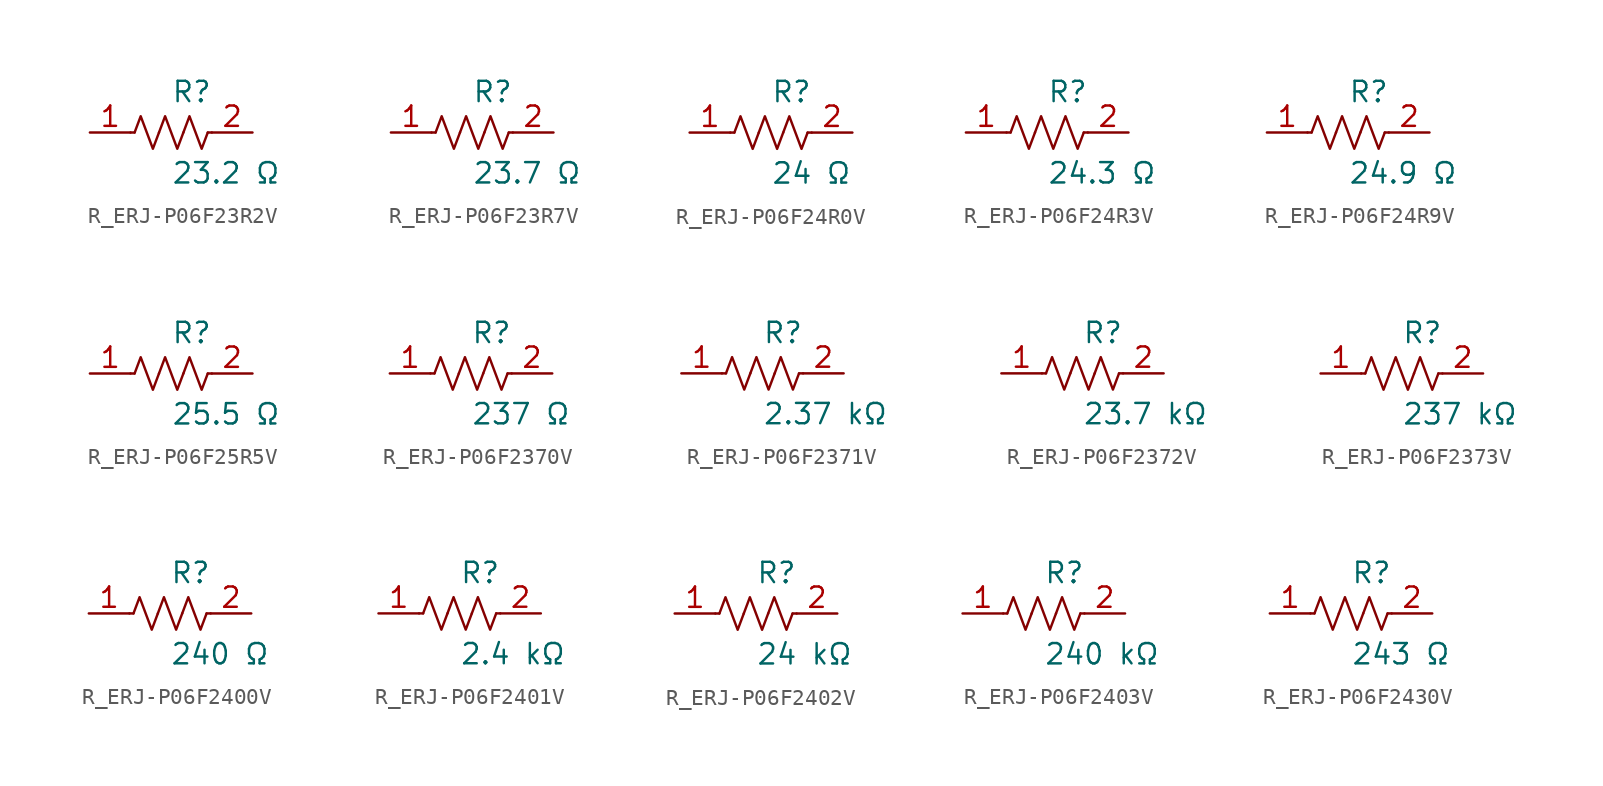
<source format=kicad_sym>
(kicad_symbol_lib
  (version 20231120)
  (generator kicad_symbol_editor)
  (generator_version 8.0)
  (symbol "R_ERJ-P06F23R2V"
    (pin_names
      (offset 0.254))
    (property "Reference" "R"
      (at 0 2.54 0)
      (effects (font (size 1.27 1.27)) (justify left)))
    (property "Value" "23.2 Ω"
      (at 0 -2.54 0)
      (effects (font (size 1.27 1.27)) (justify left)))
    (symbol "R_ERJ-P06F23R2V_0_1"
      (polyline (pts (xy 2.286 0) (xy 2.54 0)) (stroke (width 0) (type default)) (fill (type none)))
      (polyline (pts (xy -2.286 0) (xy -2.54 0)) (stroke (width 0) (type default)) (fill (type none)))
      (polyline (pts (xy 0.762 0) (xy 1.143 1.016) (xy 1.524 0) (xy 1.905 -1.016) (xy 2.286 0)) (stroke (width 0) (type default)) (fill (type none)))
      (polyline (pts (xy -0.762 0) (xy -0.381 1.016) (xy 0 0) (xy 0.381 -1.016) (xy 0.762 0)) (stroke (width 0) (type default)) (fill (type none)))
      (polyline (pts (xy -2.286 0) (xy -1.905 1.016) (xy -1.524 0) (xy -1.143 -1.016) (xy -0.762 0)) (stroke (width 0) (type default)) (fill (type none))))
    (pin passive line
      (at -5.08 0 0)
      (length 2.54)
      (name "" (effects (font (size 1.27 1.27))))
      (number "1" (effects (font (size 1.27 1.27)))))
    (pin passive line
      (at 5.08 0 180)
      (length 2.54)
      (name "" (effects (font (size 1.27 1.27))))
      (number "2" (effects (font (size 1.27 1.27))))))
  (symbol "R_ERJ-P06F23R7V"
    (pin_names
      (offset 0.254))
    (property "Reference" "R"
      (at 0 2.54 0)
      (effects (font (size 1.27 1.27)) (justify left)))
    (property "Value" "23.7 Ω"
      (at 0 -2.54 0)
      (effects (font (size 1.27 1.27)) (justify left)))
    (symbol "R_ERJ-P06F23R7V_0_1"
      (polyline (pts (xy 2.286 0) (xy 2.54 0)) (stroke (width 0) (type default)) (fill (type none)))
      (polyline (pts (xy -2.286 0) (xy -2.54 0)) (stroke (width 0) (type default)) (fill (type none)))
      (polyline (pts (xy 0.762 0) (xy 1.143 1.016) (xy 1.524 0) (xy 1.905 -1.016) (xy 2.286 0)) (stroke (width 0) (type default)) (fill (type none)))
      (polyline (pts (xy -0.762 0) (xy -0.381 1.016) (xy 0 0) (xy 0.381 -1.016) (xy 0.762 0)) (stroke (width 0) (type default)) (fill (type none)))
      (polyline (pts (xy -2.286 0) (xy -1.905 1.016) (xy -1.524 0) (xy -1.143 -1.016) (xy -0.762 0)) (stroke (width 0) (type default)) (fill (type none))))
    (pin passive line
      (at -5.08 0 0)
      (length 2.54)
      (name "" (effects (font (size 1.27 1.27))))
      (number "1" (effects (font (size 1.27 1.27)))))
    (pin passive line
      (at 5.08 0 180)
      (length 2.54)
      (name "" (effects (font (size 1.27 1.27))))
      (number "2" (effects (font (size 1.27 1.27))))))
  (symbol "R_ERJ-P06F24R0V"
    (pin_names
      (offset 0.254))
    (property "Reference" "R"
      (at 0 2.54 0)
      (effects (font (size 1.27 1.27)) (justify left)))
    (property "Value" "24 Ω"
      (at 0 -2.54 0)
      (effects (font (size 1.27 1.27)) (justify left)))
    (symbol "R_ERJ-P06F24R0V_0_1"
      (polyline (pts (xy 2.286 0) (xy 2.54 0)) (stroke (width 0) (type default)) (fill (type none)))
      (polyline (pts (xy -2.286 0) (xy -2.54 0)) (stroke (width 0) (type default)) (fill (type none)))
      (polyline (pts (xy 0.762 0) (xy 1.143 1.016) (xy 1.524 0) (xy 1.905 -1.016) (xy 2.286 0)) (stroke (width 0) (type default)) (fill (type none)))
      (polyline (pts (xy -0.762 0) (xy -0.381 1.016) (xy 0 0) (xy 0.381 -1.016) (xy 0.762 0)) (stroke (width 0) (type default)) (fill (type none)))
      (polyline (pts (xy -2.286 0) (xy -1.905 1.016) (xy -1.524 0) (xy -1.143 -1.016) (xy -0.762 0)) (stroke (width 0) (type default)) (fill (type none))))
    (pin passive line
      (at -5.08 0 0)
      (length 2.54)
      (name "" (effects (font (size 1.27 1.27))))
      (number "1" (effects (font (size 1.27 1.27)))))
    (pin passive line
      (at 5.08 0 180)
      (length 2.54)
      (name "" (effects (font (size 1.27 1.27))))
      (number "2" (effects (font (size 1.27 1.27))))))
  (symbol "R_ERJ-P06F24R3V"
    (pin_names
      (offset 0.254))
    (property "Reference" "R"
      (at 0 2.54 0)
      (effects (font (size 1.27 1.27)) (justify left)))
    (property "Value" "24.3 Ω"
      (at 0 -2.54 0)
      (effects (font (size 1.27 1.27)) (justify left)))
    (symbol "R_ERJ-P06F24R3V_0_1"
      (polyline (pts (xy 2.286 0) (xy 2.54 0)) (stroke (width 0) (type default)) (fill (type none)))
      (polyline (pts (xy -2.286 0) (xy -2.54 0)) (stroke (width 0) (type default)) (fill (type none)))
      (polyline (pts (xy 0.762 0) (xy 1.143 1.016) (xy 1.524 0) (xy 1.905 -1.016) (xy 2.286 0)) (stroke (width 0) (type default)) (fill (type none)))
      (polyline (pts (xy -0.762 0) (xy -0.381 1.016) (xy 0 0) (xy 0.381 -1.016) (xy 0.762 0)) (stroke (width 0) (type default)) (fill (type none)))
      (polyline (pts (xy -2.286 0) (xy -1.905 1.016) (xy -1.524 0) (xy -1.143 -1.016) (xy -0.762 0)) (stroke (width 0) (type default)) (fill (type none))))
    (pin passive line
      (at -5.08 0 0)
      (length 2.54)
      (name "" (effects (font (size 1.27 1.27))))
      (number "1" (effects (font (size 1.27 1.27)))))
    (pin passive line
      (at 5.08 0 180)
      (length 2.54)
      (name "" (effects (font (size 1.27 1.27))))
      (number "2" (effects (font (size 1.27 1.27))))))
  (symbol "R_ERJ-P06F24R9V"
    (pin_names
      (offset 0.254))
    (property "Reference" "R"
      (at 0 2.54 0)
      (effects (font (size 1.27 1.27)) (justify left)))
    (property "Value" "24.9 Ω"
      (at 0 -2.54 0)
      (effects (font (size 1.27 1.27)) (justify left)))
    (symbol "R_ERJ-P06F24R9V_0_1"
      (polyline (pts (xy 2.286 0) (xy 2.54 0)) (stroke (width 0) (type default)) (fill (type none)))
      (polyline (pts (xy -2.286 0) (xy -2.54 0)) (stroke (width 0) (type default)) (fill (type none)))
      (polyline (pts (xy 0.762 0) (xy 1.143 1.016) (xy 1.524 0) (xy 1.905 -1.016) (xy 2.286 0)) (stroke (width 0) (type default)) (fill (type none)))
      (polyline (pts (xy -0.762 0) (xy -0.381 1.016) (xy 0 0) (xy 0.381 -1.016) (xy 0.762 0)) (stroke (width 0) (type default)) (fill (type none)))
      (polyline (pts (xy -2.286 0) (xy -1.905 1.016) (xy -1.524 0) (xy -1.143 -1.016) (xy -0.762 0)) (stroke (width 0) (type default)) (fill (type none))))
    (pin passive line
      (at -5.08 0 0)
      (length 2.54)
      (name "" (effects (font (size 1.27 1.27))))
      (number "1" (effects (font (size 1.27 1.27)))))
    (pin passive line
      (at 5.08 0 180)
      (length 2.54)
      (name "" (effects (font (size 1.27 1.27))))
      (number "2" (effects (font (size 1.27 1.27))))))
  (symbol "R_ERJ-P06F25R5V"
    (pin_names
      (offset 0.254))
    (property "Reference" "R"
      (at 0 2.54 0)
      (effects (font (size 1.27 1.27)) (justify left)))
    (property "Value" "25.5 Ω"
      (at 0 -2.54 0)
      (effects (font (size 1.27 1.27)) (justify left)))
    (symbol "R_ERJ-P06F25R5V_0_1"
      (polyline (pts (xy 2.286 0) (xy 2.54 0)) (stroke (width 0) (type default)) (fill (type none)))
      (polyline (pts (xy -2.286 0) (xy -2.54 0)) (stroke (width 0) (type default)) (fill (type none)))
      (polyline (pts (xy 0.762 0) (xy 1.143 1.016) (xy 1.524 0) (xy 1.905 -1.016) (xy 2.286 0)) (stroke (width 0) (type default)) (fill (type none)))
      (polyline (pts (xy -0.762 0) (xy -0.381 1.016) (xy 0 0) (xy 0.381 -1.016) (xy 0.762 0)) (stroke (width 0) (type default)) (fill (type none)))
      (polyline (pts (xy -2.286 0) (xy -1.905 1.016) (xy -1.524 0) (xy -1.143 -1.016) (xy -0.762 0)) (stroke (width 0) (type default)) (fill (type none))))
    (pin passive line
      (at -5.08 0 0)
      (length 2.54)
      (name "" (effects (font (size 1.27 1.27))))
      (number "1" (effects (font (size 1.27 1.27)))))
    (pin passive line
      (at 5.08 0 180)
      (length 2.54)
      (name "" (effects (font (size 1.27 1.27))))
      (number "2" (effects (font (size 1.27 1.27))))))
  (symbol "R_ERJ-P06F2370V"
    (pin_names
      (offset 0.254))
    (property "Reference" "R"
      (at 0 2.54 0)
      (effects (font (size 1.27 1.27)) (justify left)))
    (property "Value" "237 Ω"
      (at 0 -2.54 0)
      (effects (font (size 1.27 1.27)) (justify left)))
    (symbol "R_ERJ-P06F2370V_0_1"
      (polyline (pts (xy 2.286 0) (xy 2.54 0)) (stroke (width 0) (type default)) (fill (type none)))
      (polyline (pts (xy -2.286 0) (xy -2.54 0)) (stroke (width 0) (type default)) (fill (type none)))
      (polyline (pts (xy 0.762 0) (xy 1.143 1.016) (xy 1.524 0) (xy 1.905 -1.016) (xy 2.286 0)) (stroke (width 0) (type default)) (fill (type none)))
      (polyline (pts (xy -0.762 0) (xy -0.381 1.016) (xy 0 0) (xy 0.381 -1.016) (xy 0.762 0)) (stroke (width 0) (type default)) (fill (type none)))
      (polyline (pts (xy -2.286 0) (xy -1.905 1.016) (xy -1.524 0) (xy -1.143 -1.016) (xy -0.762 0)) (stroke (width 0) (type default)) (fill (type none))))
    (pin passive line
      (at -5.08 0 0)
      (length 2.54)
      (name "" (effects (font (size 1.27 1.27))))
      (number "1" (effects (font (size 1.27 1.27)))))
    (pin passive line
      (at 5.08 0 180)
      (length 2.54)
      (name "" (effects (font (size 1.27 1.27))))
      (number "2" (effects (font (size 1.27 1.27))))))
  (symbol "R_ERJ-P06F2371V"
    (pin_names
      (offset 0.254))
    (property "Reference" "R"
      (at 0 2.54 0)
      (effects (font (size 1.27 1.27)) (justify left)))
    (property "Value" "2.37 kΩ"
      (at 0 -2.54 0)
      (effects (font (size 1.27 1.27)) (justify left)))
    (symbol "R_ERJ-P06F2371V_0_1"
      (polyline (pts (xy 2.286 0) (xy 2.54 0)) (stroke (width 0) (type default)) (fill (type none)))
      (polyline (pts (xy -2.286 0) (xy -2.54 0)) (stroke (width 0) (type default)) (fill (type none)))
      (polyline (pts (xy 0.762 0) (xy 1.143 1.016) (xy 1.524 0) (xy 1.905 -1.016) (xy 2.286 0)) (stroke (width 0) (type default)) (fill (type none)))
      (polyline (pts (xy -0.762 0) (xy -0.381 1.016) (xy 0 0) (xy 0.381 -1.016) (xy 0.762 0)) (stroke (width 0) (type default)) (fill (type none)))
      (polyline (pts (xy -2.286 0) (xy -1.905 1.016) (xy -1.524 0) (xy -1.143 -1.016) (xy -0.762 0)) (stroke (width 0) (type default)) (fill (type none))))
    (pin passive line
      (at -5.08 0 0)
      (length 2.54)
      (name "" (effects (font (size 1.27 1.27))))
      (number "1" (effects (font (size 1.27 1.27)))))
    (pin passive line
      (at 5.08 0 180)
      (length 2.54)
      (name "" (effects (font (size 1.27 1.27))))
      (number "2" (effects (font (size 1.27 1.27))))))
  (symbol "R_ERJ-P06F2372V"
    (pin_names
      (offset 0.254))
    (property "Reference" "R"
      (at 0 2.54 0)
      (effects (font (size 1.27 1.27)) (justify left)))
    (property "Value" "23.7 kΩ"
      (at 0 -2.54 0)
      (effects (font (size 1.27 1.27)) (justify left)))
    (symbol "R_ERJ-P06F2372V_0_1"
      (polyline (pts (xy 2.286 0) (xy 2.54 0)) (stroke (width 0) (type default)) (fill (type none)))
      (polyline (pts (xy -2.286 0) (xy -2.54 0)) (stroke (width 0) (type default)) (fill (type none)))
      (polyline (pts (xy 0.762 0) (xy 1.143 1.016) (xy 1.524 0) (xy 1.905 -1.016) (xy 2.286 0)) (stroke (width 0) (type default)) (fill (type none)))
      (polyline (pts (xy -0.762 0) (xy -0.381 1.016) (xy 0 0) (xy 0.381 -1.016) (xy 0.762 0)) (stroke (width 0) (type default)) (fill (type none)))
      (polyline (pts (xy -2.286 0) (xy -1.905 1.016) (xy -1.524 0) (xy -1.143 -1.016) (xy -0.762 0)) (stroke (width 0) (type default)) (fill (type none))))
    (pin passive line
      (at -5.08 0 0)
      (length 2.54)
      (name "" (effects (font (size 1.27 1.27))))
      (number "1" (effects (font (size 1.27 1.27)))))
    (pin passive line
      (at 5.08 0 180)
      (length 2.54)
      (name "" (effects (font (size 1.27 1.27))))
      (number "2" (effects (font (size 1.27 1.27))))))
  (symbol "R_ERJ-P06F2373V"
    (pin_names
      (offset 0.254))
    (property "Reference" "R"
      (at 0 2.54 0)
      (effects (font (size 1.27 1.27)) (justify left)))
    (property "Value" "237 kΩ"
      (at 0 -2.54 0)
      (effects (font (size 1.27 1.27)) (justify left)))
    (symbol "R_ERJ-P06F2373V_0_1"
      (polyline (pts (xy 2.286 0) (xy 2.54 0)) (stroke (width 0) (type default)) (fill (type none)))
      (polyline (pts (xy -2.286 0) (xy -2.54 0)) (stroke (width 0) (type default)) (fill (type none)))
      (polyline (pts (xy 0.762 0) (xy 1.143 1.016) (xy 1.524 0) (xy 1.905 -1.016) (xy 2.286 0)) (stroke (width 0) (type default)) (fill (type none)))
      (polyline (pts (xy -0.762 0) (xy -0.381 1.016) (xy 0 0) (xy 0.381 -1.016) (xy 0.762 0)) (stroke (width 0) (type default)) (fill (type none)))
      (polyline (pts (xy -2.286 0) (xy -1.905 1.016) (xy -1.524 0) (xy -1.143 -1.016) (xy -0.762 0)) (stroke (width 0) (type default)) (fill (type none))))
    (pin passive line
      (at -5.08 0 0)
      (length 2.54)
      (name "" (effects (font (size 1.27 1.27))))
      (number "1" (effects (font (size 1.27 1.27)))))
    (pin passive line
      (at 5.08 0 180)
      (length 2.54)
      (name "" (effects (font (size 1.27 1.27))))
      (number "2" (effects (font (size 1.27 1.27))))))
  (symbol "R_ERJ-P06F2400V"
    (pin_names
      (offset 0.254))
    (property "Reference" "R"
      (at 0 2.54 0)
      (effects (font (size 1.27 1.27)) (justify left)))
    (property "Value" "240 Ω"
      (at 0 -2.54 0)
      (effects (font (size 1.27 1.27)) (justify left)))
    (symbol "R_ERJ-P06F2400V_0_1"
      (polyline (pts (xy 2.286 0) (xy 2.54 0)) (stroke (width 0) (type default)) (fill (type none)))
      (polyline (pts (xy -2.286 0) (xy -2.54 0)) (stroke (width 0) (type default)) (fill (type none)))
      (polyline (pts (xy 0.762 0) (xy 1.143 1.016) (xy 1.524 0) (xy 1.905 -1.016) (xy 2.286 0)) (stroke (width 0) (type default)) (fill (type none)))
      (polyline (pts (xy -0.762 0) (xy -0.381 1.016) (xy 0 0) (xy 0.381 -1.016) (xy 0.762 0)) (stroke (width 0) (type default)) (fill (type none)))
      (polyline (pts (xy -2.286 0) (xy -1.905 1.016) (xy -1.524 0) (xy -1.143 -1.016) (xy -0.762 0)) (stroke (width 0) (type default)) (fill (type none))))
    (pin passive line
      (at -5.08 0 0)
      (length 2.54)
      (name "" (effects (font (size 1.27 1.27))))
      (number "1" (effects (font (size 1.27 1.27)))))
    (pin passive line
      (at 5.08 0 180)
      (length 2.54)
      (name "" (effects (font (size 1.27 1.27))))
      (number "2" (effects (font (size 1.27 1.27))))))
  (symbol "R_ERJ-P06F2401V"
    (pin_names
      (offset 0.254))
    (property "Reference" "R"
      (at 0 2.54 0)
      (effects (font (size 1.27 1.27)) (justify left)))
    (property "Value" "2.4 kΩ"
      (at 0 -2.54 0)
      (effects (font (size 1.27 1.27)) (justify left)))
    (symbol "R_ERJ-P06F2401V_0_1"
      (polyline (pts (xy 2.286 0) (xy 2.54 0)) (stroke (width 0) (type default)) (fill (type none)))
      (polyline (pts (xy -2.286 0) (xy -2.54 0)) (stroke (width 0) (type default)) (fill (type none)))
      (polyline (pts (xy 0.762 0) (xy 1.143 1.016) (xy 1.524 0) (xy 1.905 -1.016) (xy 2.286 0)) (stroke (width 0) (type default)) (fill (type none)))
      (polyline (pts (xy -0.762 0) (xy -0.381 1.016) (xy 0 0) (xy 0.381 -1.016) (xy 0.762 0)) (stroke (width 0) (type default)) (fill (type none)))
      (polyline (pts (xy -2.286 0) (xy -1.905 1.016) (xy -1.524 0) (xy -1.143 -1.016) (xy -0.762 0)) (stroke (width 0) (type default)) (fill (type none))))
    (pin passive line
      (at -5.08 0 0)
      (length 2.54)
      (name "" (effects (font (size 1.27 1.27))))
      (number "1" (effects (font (size 1.27 1.27)))))
    (pin passive line
      (at 5.08 0 180)
      (length 2.54)
      (name "" (effects (font (size 1.27 1.27))))
      (number "2" (effects (font (size 1.27 1.27))))))
  (symbol "R_ERJ-P06F2402V"
    (pin_names
      (offset 0.254))
    (property "Reference" "R"
      (at 0 2.54 0)
      (effects (font (size 1.27 1.27)) (justify left)))
    (property "Value" "24 kΩ"
      (at 0 -2.54 0)
      (effects (font (size 1.27 1.27)) (justify left)))
    (symbol "R_ERJ-P06F2402V_0_1"
      (polyline (pts (xy 2.286 0) (xy 2.54 0)) (stroke (width 0) (type default)) (fill (type none)))
      (polyline (pts (xy -2.286 0) (xy -2.54 0)) (stroke (width 0) (type default)) (fill (type none)))
      (polyline (pts (xy 0.762 0) (xy 1.143 1.016) (xy 1.524 0) (xy 1.905 -1.016) (xy 2.286 0)) (stroke (width 0) (type default)) (fill (type none)))
      (polyline (pts (xy -0.762 0) (xy -0.381 1.016) (xy 0 0) (xy 0.381 -1.016) (xy 0.762 0)) (stroke (width 0) (type default)) (fill (type none)))
      (polyline (pts (xy -2.286 0) (xy -1.905 1.016) (xy -1.524 0) (xy -1.143 -1.016) (xy -0.762 0)) (stroke (width 0) (type default)) (fill (type none))))
    (pin passive line
      (at -5.08 0 0)
      (length 2.54)
      (name "" (effects (font (size 1.27 1.27))))
      (number "1" (effects (font (size 1.27 1.27)))))
    (pin passive line
      (at 5.08 0 180)
      (length 2.54)
      (name "" (effects (font (size 1.27 1.27))))
      (number "2" (effects (font (size 1.27 1.27))))))
  (symbol "R_ERJ-P06F2403V"
    (pin_names
      (offset 0.254))
    (property "Reference" "R"
      (at 0 2.54 0)
      (effects (font (size 1.27 1.27)) (justify left)))
    (property "Value" "240 kΩ"
      (at 0 -2.54 0)
      (effects (font (size 1.27 1.27)) (justify left)))
    (symbol "R_ERJ-P06F2403V_0_1"
      (polyline (pts (xy 2.286 0) (xy 2.54 0)) (stroke (width 0) (type default)) (fill (type none)))
      (polyline (pts (xy -2.286 0) (xy -2.54 0)) (stroke (width 0) (type default)) (fill (type none)))
      (polyline (pts (xy 0.762 0) (xy 1.143 1.016) (xy 1.524 0) (xy 1.905 -1.016) (xy 2.286 0)) (stroke (width 0) (type default)) (fill (type none)))
      (polyline (pts (xy -0.762 0) (xy -0.381 1.016) (xy 0 0) (xy 0.381 -1.016) (xy 0.762 0)) (stroke (width 0) (type default)) (fill (type none)))
      (polyline (pts (xy -2.286 0) (xy -1.905 1.016) (xy -1.524 0) (xy -1.143 -1.016) (xy -0.762 0)) (stroke (width 0) (type default)) (fill (type none))))
    (pin passive line
      (at -5.08 0 0)
      (length 2.54)
      (name "" (effects (font (size 1.27 1.27))))
      (number "1" (effects (font (size 1.27 1.27)))))
    (pin passive line
      (at 5.08 0 180)
      (length 2.54)
      (name "" (effects (font (size 1.27 1.27))))
      (number "2" (effects (font (size 1.27 1.27))))))
  (symbol "R_ERJ-P06F2430V"
    (pin_names
      (offset 0.254))
    (property "Reference" "R"
      (at 0 2.54 0)
      (effects (font (size 1.27 1.27)) (justify left)))
    (property "Value" "243 Ω"
      (at 0 -2.54 0)
      (effects (font (size 1.27 1.27)) (justify left)))
    (symbol "R_ERJ-P06F2430V_0_1"
      (polyline (pts (xy 2.286 0) (xy 2.54 0)) (stroke (width 0) (type default)) (fill (type none)))
      (polyline (pts (xy -2.286 0) (xy -2.54 0)) (stroke (width 0) (type default)) (fill (type none)))
      (polyline (pts (xy 0.762 0) (xy 1.143 1.016) (xy 1.524 0) (xy 1.905 -1.016) (xy 2.286 0)) (stroke (width 0) (type default)) (fill (type none)))
      (polyline (pts (xy -0.762 0) (xy -0.381 1.016) (xy 0 0) (xy 0.381 -1.016) (xy 0.762 0)) (stroke (width 0) (type default)) (fill (type none)))
      (polyline (pts (xy -2.286 0) (xy -1.905 1.016) (xy -1.524 0) (xy -1.143 -1.016) (xy -0.762 0)) (stroke (width 0) (type default)) (fill (type none))))
    (pin passive line
      (at -5.08 0 0)
      (length 2.54)
      (name "" (effects (font (size 1.27 1.27))))
      (number "1" (effects (font (size 1.27 1.27)))))
    (pin passive line
      (at 5.08 0 180)
      (length 2.54)
      (name "" (effects (font (size 1.27 1.27))))
      (number "2" (effects (font (size 1.27 1.27)))))))
</source>
